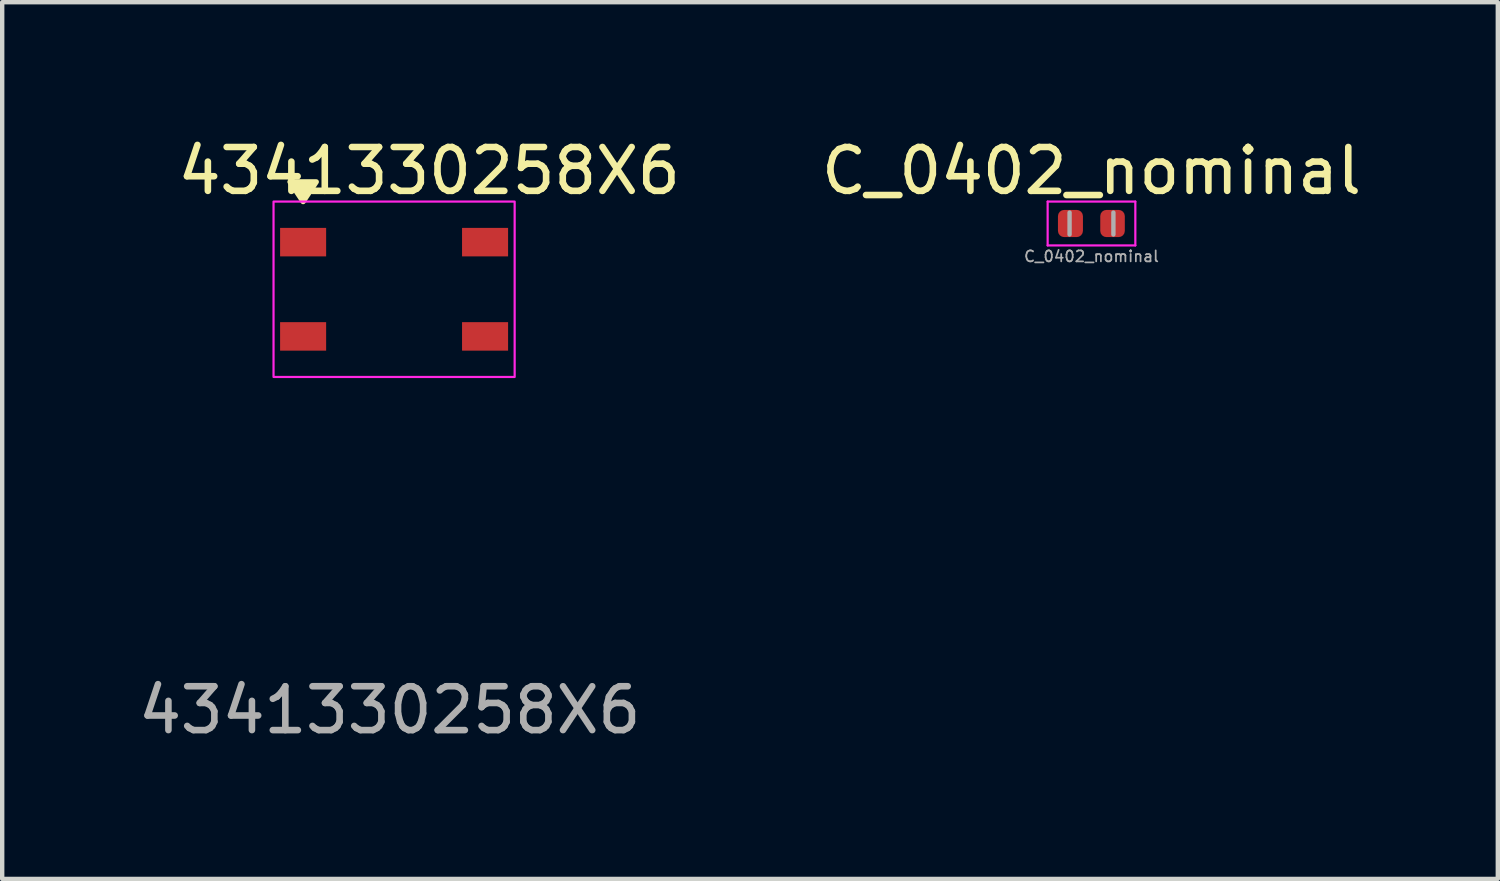
<source format=kicad_pcb>
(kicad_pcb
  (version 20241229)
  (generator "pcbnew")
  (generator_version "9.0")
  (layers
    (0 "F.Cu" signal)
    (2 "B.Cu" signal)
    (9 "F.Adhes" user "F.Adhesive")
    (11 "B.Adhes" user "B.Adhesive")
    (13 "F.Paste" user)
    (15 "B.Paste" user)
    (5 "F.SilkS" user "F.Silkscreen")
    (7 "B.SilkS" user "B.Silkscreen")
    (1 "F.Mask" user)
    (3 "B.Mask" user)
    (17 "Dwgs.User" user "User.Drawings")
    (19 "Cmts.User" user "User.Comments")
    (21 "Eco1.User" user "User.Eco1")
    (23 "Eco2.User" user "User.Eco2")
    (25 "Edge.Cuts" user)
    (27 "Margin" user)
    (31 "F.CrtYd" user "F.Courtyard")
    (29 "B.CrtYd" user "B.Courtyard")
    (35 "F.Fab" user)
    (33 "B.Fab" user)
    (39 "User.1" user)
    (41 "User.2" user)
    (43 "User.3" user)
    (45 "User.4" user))
  (footprint "4341330258X6"
    (layer "F.Cu")
    (at 5.939 3.548)
    (property "Reference" "4341330258X6" (at 0.8 -2.7 0) (unlocked yes) (layer "F.SilkS") (effects (font (size 1 1) (thickness 0.15))))
    (attr smd)
    (fp_poly (pts (xy -2.075 -2) (xy -2.375 -2.45) (xy -1.775 -2.45)) (stroke (width 0.12) (type solid)) (fill yes) (layer "F.SilkS"))
    (fp_rect (start -2.75 -2) (end 2.75 2) (stroke (width 0.05) (type default)) (fill no) (layer "F.CrtYd"))
    (fp_text user "${REFERENCE}" (at -0.1 9.6 0) (unlocked yes) (layer "F.Fab") (effects (font (size 1 1) (thickness 0.15))))
    (pad "1" smd rect (at -2.075 -1.075) (size 1.05 0.65) (layers "F.Cu" "F.Mask" "F.Paste"))
    (pad "2" smd rect (at 2.075 -1.075) (size 1.05 0.65) (layers "F.Cu" "F.Mask" "F.Paste"))
    (pad "3" smd rect (at -2.075 1.075) (size 1.05 0.65) (layers "F.Cu" "F.Mask" "F.Paste"))
    (pad "4" smd rect (at 2.075 1.075) (size 1.05 0.65) (layers "F.Cu" "F.Mask" "F.Paste")))
  (footprint "C_0402_nominal"
    (layer "F.Cu")
    (at 21.846 2.048)
    (property "Reference" "C_0402_nominal" (at 0 -1.2 0) (layer "F.SilkS") (effects (font (size 1 1) (thickness 0.15))))
    (attr smd)
    (fp_line (start -1 -0.5) (end 1 -0.5) (stroke (width 0.05) (type solid)) (layer "F.CrtYd"))
    (fp_line (start -1 0.5) (end -1 -0.5) (stroke (width 0.05) (type solid)) (layer "F.CrtYd"))
    (fp_line (start 1 -0.5) (end 1 0.5) (stroke (width 0.05) (type solid)) (layer "F.CrtYd"))
    (fp_line (start 1 0.5) (end -1 0.5) (stroke (width 0.05) (type solid)) (layer "F.CrtYd"))
    (fp_line (start -0.5 0.25) (end -0.5 -0.25) (stroke (width 0.1) (type solid)) (layer "F.Fab"))
    (fp_line (start 0.5 -0.25) (end 0.5 0.25) (stroke (width 0.1) (type solid)) (layer "F.Fab"))
    (fp_text user "${REFERENCE}" (at 0 0.75 0) (layer "F.Fab") (effects (font (size 0.25 0.25) (thickness 0.04))))
    (pad "1" smd roundrect (at -0.48 0) (size 0.57 0.62) (layers "F.Cu" "F.Mask" "F.Paste") (roundrect_rratio 0.25))
    (pad "2" smd roundrect (at 0.48 0) (size 0.56 0.62) (layers "F.Cu" "F.Mask" "F.Paste") (roundrect_rratio 0.25)))
  (gr_rect
    (start -3 -3)
    (end 31.114 16.997)
    (stroke (width 0.1) (type default))
    (fill no)
    (layer "Edge.Cuts")))
</source>
